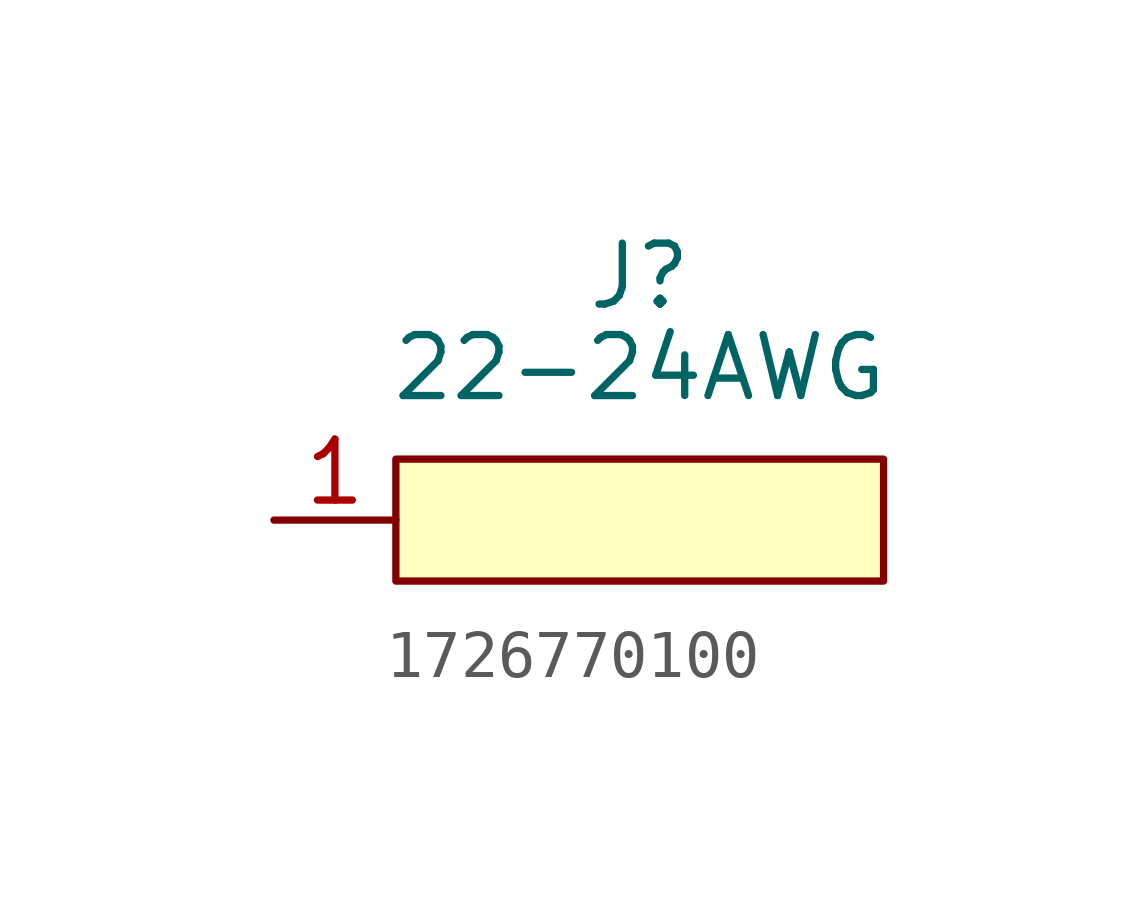
<source format=kicad_sym>
(kicad_symbol_lib
  (version 20220914)
  (generator kicad_symbol_editor)
  (symbol "1726770100"
    (property "Reference" "J"
      (at 2.54 5.08 0)
      (effects (font (size 1.27 1.27))))
    (property "Value" "22-24AWG"
      (at 2.54 3.175 0)
      (effects (font (size 1.27 1.27))))
    (symbol "1726770100_0_1"
      (rectangle (start -2.54 1.27) (end 7.62 -1.27) (stroke (width 0) (type default)) (fill (type background))))
    (symbol "1726770100_1_1"
      (pin bidirectional line (at -5.08 0 0) (length 2.54) (name "" (effects (font (size 1.27 1.27)))) (number "1" (effects (font (size 1.27 1.27))))))))
</source>
